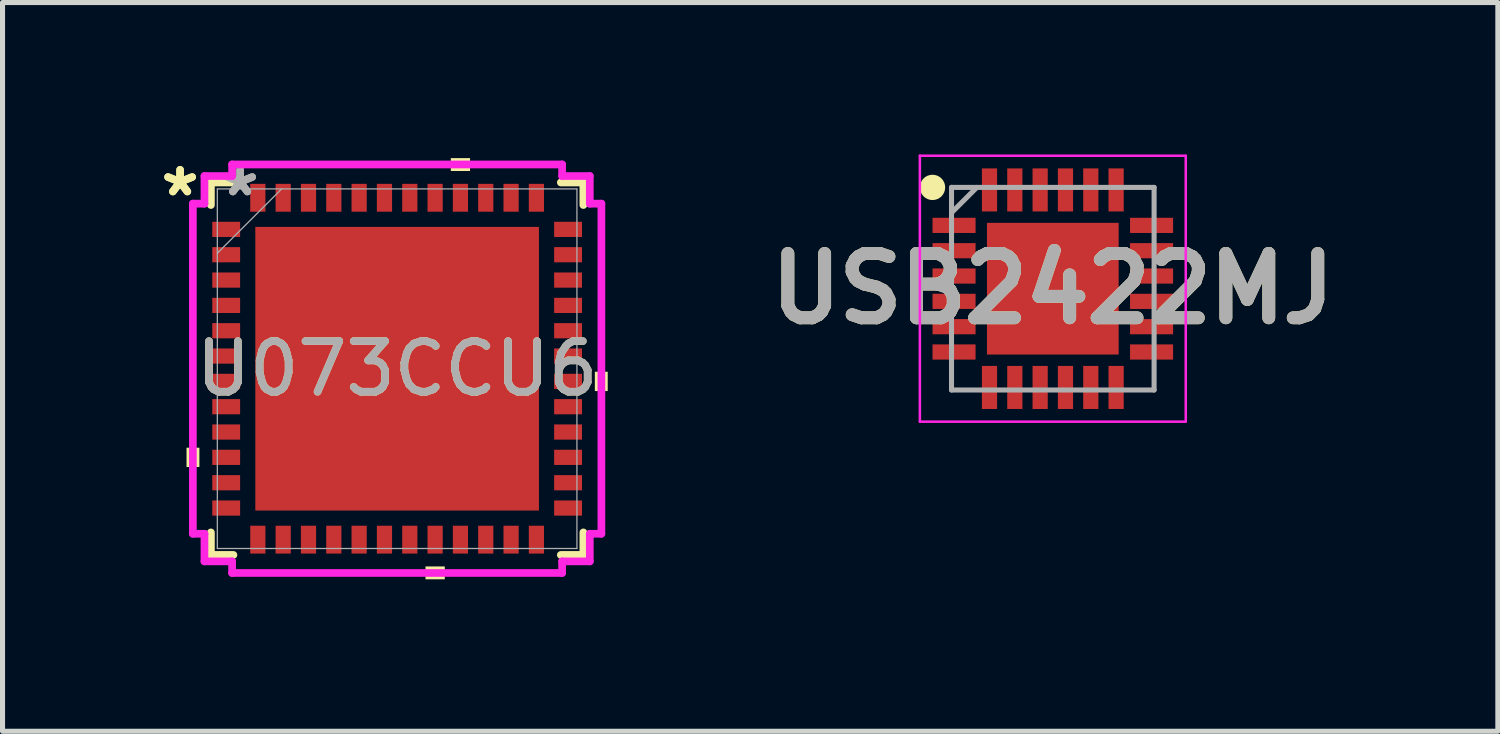
<source format=kicad_pcb>
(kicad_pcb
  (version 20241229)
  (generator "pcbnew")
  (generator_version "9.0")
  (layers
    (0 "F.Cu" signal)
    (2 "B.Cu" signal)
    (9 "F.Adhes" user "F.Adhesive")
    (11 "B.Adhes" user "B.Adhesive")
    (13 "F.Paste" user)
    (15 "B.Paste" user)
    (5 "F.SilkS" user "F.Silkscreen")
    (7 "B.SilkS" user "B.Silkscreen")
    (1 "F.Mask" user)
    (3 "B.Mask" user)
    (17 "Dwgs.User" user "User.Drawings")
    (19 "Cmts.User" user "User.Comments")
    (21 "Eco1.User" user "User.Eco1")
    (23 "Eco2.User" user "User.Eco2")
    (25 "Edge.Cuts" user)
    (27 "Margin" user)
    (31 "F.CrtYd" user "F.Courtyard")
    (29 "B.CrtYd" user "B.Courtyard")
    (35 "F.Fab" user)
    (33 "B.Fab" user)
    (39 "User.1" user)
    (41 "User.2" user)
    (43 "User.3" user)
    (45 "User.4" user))
  (footprint "USB2422MJ"
    (layer "F.Cu")
    (at 17.737 2.65)
    (property "Reference" "USB2422MJ" (at 0 0 0) (layer "F.SilkS") (effects (font (size 1.27 1.27) (thickness 0.254))))
    (attr smd)
    (fp_circle (center -2.375 -2) (end -2.375 -1.875) (stroke (width 0.25) (type solid)) (fill no) (layer "F.SilkS"))
    (fp_line (start -2.625 -2.625) (end 2.625 -2.625) (stroke (width 0.05) (type solid)) (layer "F.CrtYd"))
    (fp_line (start -2.625 2.625) (end -2.625 -2.625) (stroke (width 0.05) (type solid)) (layer "F.CrtYd"))
    (fp_line (start 2.625 -2.625) (end 2.625 2.625) (stroke (width 0.05) (type solid)) (layer "F.CrtYd"))
    (fp_line (start 2.625 2.625) (end -2.625 2.625) (stroke (width 0.05) (type solid)) (layer "F.CrtYd"))
    (fp_line (start -2 -2) (end 2 -2) (stroke (width 0.1) (type solid)) (layer "F.Fab"))
    (fp_line (start -2 -1.5) (end -1.5 -2) (stroke (width 0.1) (type solid)) (layer "F.Fab"))
    (fp_line (start -2 2) (end -2 -2) (stroke (width 0.1) (type solid)) (layer "F.Fab"))
    (fp_line (start 2 -2) (end 2 2) (stroke (width 0.1) (type solid)) (layer "F.Fab"))
    (fp_line (start 2 2) (end -2 2) (stroke (width 0.1) (type solid)) (layer "F.Fab"))
    (fp_text user "${REFERENCE}" (at 0 0 0) (layer "F.Fab") (effects (font (size 1.27 1.27) (thickness 0.254))))
    (pad "1" smd rect (at -1.95 -1.25 90) (size 0.3 0.85) (layers "F.Cu" "F.Mask" "F.Paste"))
    (pad "2" smd rect (at -1.95 -0.75 90) (size 0.3 0.85) (layers "F.Cu" "F.Mask" "F.Paste"))
    (pad "3" smd rect (at -1.95 -0.25 90) (size 0.3 0.85) (layers "F.Cu" "F.Mask" "F.Paste"))
    (pad "4" smd rect (at -1.95 0.25 90) (size 0.3 0.85) (layers "F.Cu" "F.Mask" "F.Paste"))
    (pad "5" smd rect (at -1.95 0.75 90) (size 0.3 0.85) (layers "F.Cu" "F.Mask" "F.Paste"))
    (pad "6" smd rect (at -1.95 1.25 90) (size 0.3 0.85) (layers "F.Cu" "F.Mask" "F.Paste"))
    (pad "7" smd rect (at -1.25 1.95) (size 0.3 0.85) (layers "F.Cu" "F.Mask" "F.Paste"))
    (pad "8" smd rect (at -0.75 1.95) (size 0.3 0.85) (layers "F.Cu" "F.Mask" "F.Paste"))
    (pad "9" smd rect (at -0.25 1.95) (size 0.3 0.85) (layers "F.Cu" "F.Mask" "F.Paste"))
    (pad "10" smd rect (at 0.25 1.95) (size 0.3 0.85) (layers "F.Cu" "F.Mask" "F.Paste"))
    (pad "11" smd rect (at 0.75 1.95) (size 0.3 0.85) (layers "F.Cu" "F.Mask" "F.Paste"))
    (pad "12" smd rect (at 1.25 1.95) (size 0.3 0.85) (layers "F.Cu" "F.Mask" "F.Paste"))
    (pad "13" smd rect (at 1.95 1.25 90) (size 0.3 0.85) (layers "F.Cu" "F.Mask" "F.Paste"))
    (pad "14" smd rect (at 1.95 0.75 90) (size 0.3 0.85) (layers "F.Cu" "F.Mask" "F.Paste"))
    (pad "15" smd rect (at 1.95 0.25 90) (size 0.3 0.85) (layers "F.Cu" "F.Mask" "F.Paste"))
    (pad "16" smd rect (at 1.95 -0.25 90) (size 0.3 0.85) (layers "F.Cu" "F.Mask" "F.Paste"))
    (pad "17" smd rect (at 1.95 -0.75 90) (size 0.3 0.85) (layers "F.Cu" "F.Mask" "F.Paste"))
    (pad "18" smd rect (at 1.95 -1.25 90) (size 0.3 0.85) (layers "F.Cu" "F.Mask" "F.Paste"))
    (pad "19" smd rect (at 1.25 -1.95) (size 0.3 0.85) (layers "F.Cu" "F.Mask" "F.Paste"))
    (pad "20" smd rect (at 0.75 -1.95) (size 0.3 0.85) (layers "F.Cu" "F.Mask" "F.Paste"))
    (pad "21" smd rect (at 0.25 -1.95) (size 0.3 0.85) (layers "F.Cu" "F.Mask" "F.Paste"))
    (pad "22" smd rect (at -0.25 -1.95) (size 0.3 0.85) (layers "F.Cu" "F.Mask" "F.Paste"))
    (pad "23" smd rect (at -0.75 -1.95) (size 0.3 0.85) (layers "F.Cu" "F.Mask" "F.Paste"))
    (pad "24" smd rect (at -1.25 -1.95) (size 0.3 0.85) (layers "F.Cu" "F.Mask" "F.Paste"))
    (pad "25" smd rect (at 0 0) (size 2.6 2.6) (layers "F.Cu" "F.Mask" "F.Paste")))
  (footprint "U073CCU6"
    (layer "F.Cu")
    (at 4.791 4.23)
    (property "Reference" "U073CCU6" (at 0 0 0) (unlocked yes) (layer "F.SilkS") (effects (font (size 1 1) (thickness 0.15))))
    (attr smd)
    (fp_line (start -3.677 -3.677) (end -3.677 -3.232) (stroke (width 0.152) (type solid)) (layer "F.SilkS"))
    (fp_line (start -3.677 3.232) (end -3.677 3.677) (stroke (width 0.152) (type solid)) (layer "F.SilkS"))
    (fp_line (start -3.677 3.677) (end -3.232 3.677) (stroke (width 0.152) (type solid)) (layer "F.SilkS"))
    (fp_line (start -3.232 -3.677) (end -3.677 -3.677) (stroke (width 0.152) (type solid)) (layer "F.SilkS"))
    (fp_line (start 3.232 3.677) (end 3.677 3.677) (stroke (width 0.152) (type solid)) (layer "F.SilkS"))
    (fp_line (start 3.677 -3.677) (end 3.232 -3.677) (stroke (width 0.152) (type solid)) (layer "F.SilkS"))
    (fp_line (start 3.677 -3.232) (end 3.677 -3.677) (stroke (width 0.152) (type solid)) (layer "F.SilkS"))
    (fp_line (start 3.677 3.677) (end 3.677 3.232) (stroke (width 0.152) (type solid)) (layer "F.SilkS"))
    (fp_poly (pts (xy -4.158 1.56) (xy -4.158 1.941) (xy -3.904 1.941) (xy -3.904 1.56)) (stroke (width 0) (type solid)) (fill yes) (layer "F.SilkS"))
    (fp_poly (pts (xy 0.56 3.904) (xy 0.56 4.158) (xy 0.941 4.158) (xy 0.941 3.904)) (stroke (width 0) (type solid)) (fill yes) (layer "F.SilkS"))
    (fp_poly (pts (xy 1.06 -3.904) (xy 1.06 -4.158) (xy 1.44 -4.158) (xy 1.44 -3.904)) (stroke (width 0) (type solid)) (fill yes) (layer "F.SilkS"))
    (fp_poly (pts (xy 4.158 0.06) (xy 4.158 0.441) (xy 3.904 0.441) (xy 3.904 0.06)) (stroke (width 0) (type solid)) (fill yes) (layer "F.SilkS"))
    (fp_poly (pts (xy -2.7 -2.7) (xy -2.7 -1.5) (xy -1.5 -1.5) (xy -1.5 -2.7)) (stroke (width 0) (type solid)) (fill yes) (layer "F.Paste"))
    (fp_poly (pts (xy -2.7 -1.3) (xy -2.7 -0.1) (xy -1.5 -0.1) (xy -1.5 -1.3)) (stroke (width 0) (type solid)) (fill yes) (layer "F.Paste"))
    (fp_poly (pts (xy -2.7 0.1) (xy -2.7 1.3) (xy -1.5 1.3) (xy -1.5 0.1)) (stroke (width 0) (type solid)) (fill yes) (layer "F.Paste"))
    (fp_poly (pts (xy -2.7 1.5) (xy -2.7 2.7) (xy -1.5 2.7) (xy -1.5 1.5)) (stroke (width 0) (type solid)) (fill yes) (layer "F.Paste"))
    (fp_poly (pts (xy -1.3 -2.7) (xy -1.3 -1.5) (xy -0.1 -1.5) (xy -0.1 -2.7)) (stroke (width 0) (type solid)) (fill yes) (layer "F.Paste"))
    (fp_poly (pts (xy -1.3 -1.3) (xy -1.3 -0.1) (xy -0.1 -0.1) (xy -0.1 -1.3)) (stroke (width 0) (type solid)) (fill yes) (layer "F.Paste"))
    (fp_poly (pts (xy -1.3 0.1) (xy -1.3 1.3) (xy -0.1 1.3) (xy -0.1 0.1)) (stroke (width 0) (type solid)) (fill yes) (layer "F.Paste"))
    (fp_poly (pts (xy -1.3 1.5) (xy -1.3 2.7) (xy -0.1 2.7) (xy -0.1 1.5)) (stroke (width 0) (type solid)) (fill yes) (layer "F.Paste"))
    (fp_poly (pts (xy 0.1 -2.7) (xy 0.1 -1.5) (xy 1.3 -1.5) (xy 1.3 -2.7)) (stroke (width 0) (type solid)) (fill yes) (layer "F.Paste"))
    (fp_poly (pts (xy 0.1 -1.3) (xy 0.1 -0.1) (xy 1.3 -0.1) (xy 1.3 -1.3)) (stroke (width 0) (type solid)) (fill yes) (layer "F.Paste"))
    (fp_poly (pts (xy 0.1 0.1) (xy 0.1 1.3) (xy 1.3 1.3) (xy 1.3 0.1)) (stroke (width 0) (type solid)) (fill yes) (layer "F.Paste"))
    (fp_poly (pts (xy 0.1 1.5) (xy 0.1 2.7) (xy 1.3 2.7) (xy 1.3 1.5)) (stroke (width 0) (type solid)) (fill yes) (layer "F.Paste"))
    (fp_poly (pts (xy 1.5 -2.7) (xy 1.5 -1.5) (xy 2.7 -1.5) (xy 2.7 -2.7)) (stroke (width 0) (type solid)) (fill yes) (layer "F.Paste"))
    (fp_poly (pts (xy 1.5 -1.3) (xy 1.5 -0.1) (xy 2.7 -0.1) (xy 2.7 -1.3)) (stroke (width 0) (type solid)) (fill yes) (layer "F.Paste"))
    (fp_poly (pts (xy 1.5 0.1) (xy 1.5 1.3) (xy 2.7 1.3) (xy 2.7 0.1)) (stroke (width 0) (type solid)) (fill yes) (layer "F.Paste"))
    (fp_poly (pts (xy 1.5 1.5) (xy 1.5 2.7) (xy 2.7 2.7) (xy 2.7 1.5)) (stroke (width 0) (type solid)) (fill yes) (layer "F.Paste"))
    (fp_line (start -4.033 -3.259) (end -3.804 -3.259) (stroke (width 0.152) (type solid)) (layer "F.CrtYd"))
    (fp_line (start -4.033 3.259) (end -4.033 -3.259) (stroke (width 0.152) (type solid)) (layer "F.CrtYd"))
    (fp_line (start -3.804 -3.804) (end -3.258 -3.804) (stroke (width 0.152) (type solid)) (layer "F.CrtYd"))
    (fp_line (start -3.804 -3.259) (end -3.804 -3.804) (stroke (width 0.152) (type solid)) (layer "F.CrtYd"))
    (fp_line (start -3.804 3.259) (end -4.033 3.259) (stroke (width 0.152) (type solid)) (layer "F.CrtYd"))
    (fp_line (start -3.804 3.804) (end -3.804 3.259) (stroke (width 0.152) (type solid)) (layer "F.CrtYd"))
    (fp_line (start -3.258 -4.033) (end 3.258 -4.033) (stroke (width 0.152) (type solid)) (layer "F.CrtYd"))
    (fp_line (start -3.258 -3.804) (end -3.258 -4.033) (stroke (width 0.152) (type solid)) (layer "F.CrtYd"))
    (fp_line (start -3.258 3.804) (end -3.804 3.804) (stroke (width 0.152) (type solid)) (layer "F.CrtYd"))
    (fp_line (start -3.258 4.033) (end -3.258 3.804) (stroke (width 0.152) (type solid)) (layer "F.CrtYd"))
    (fp_line (start 3.258 -4.033) (end 3.258 -3.804) (stroke (width 0.152) (type solid)) (layer "F.CrtYd"))
    (fp_line (start 3.258 -3.804) (end 3.804 -3.804) (stroke (width 0.152) (type solid)) (layer "F.CrtYd"))
    (fp_line (start 3.258 3.804) (end 3.258 4.033) (stroke (width 0.152) (type solid)) (layer "F.CrtYd"))
    (fp_line (start 3.258 4.033) (end -3.258 4.033) (stroke (width 0.152) (type solid)) (layer "F.CrtYd"))
    (fp_line (start 3.804 -3.804) (end 3.804 -3.259) (stroke (width 0.152) (type solid)) (layer "F.CrtYd"))
    (fp_line (start 3.804 -3.259) (end 4.033 -3.259) (stroke (width 0.152) (type solid)) (layer "F.CrtYd"))
    (fp_line (start 3.804 3.259) (end 3.804 3.804) (stroke (width 0.152) (type solid)) (layer "F.CrtYd"))
    (fp_line (start 3.804 3.804) (end 3.258 3.804) (stroke (width 0.152) (type solid)) (layer "F.CrtYd"))
    (fp_line (start 4.033 -3.259) (end 4.033 3.259) (stroke (width 0.152) (type solid)) (layer "F.CrtYd"))
    (fp_line (start 4.033 3.259) (end 3.804 3.259) (stroke (width 0.152) (type solid)) (layer "F.CrtYd"))
    (fp_line (start -3.55 -3.55) (end -3.55 3.55) (stroke (width 0.025) (type solid)) (layer "F.Fab"))
    (fp_line (start -3.55 -2.28) (end -2.28 -3.55) (stroke (width 0.025) (type solid)) (layer "F.Fab"))
    (fp_line (start -3.55 3.55) (end 3.55 3.55) (stroke (width 0.025) (type solid)) (layer "F.Fab"))
    (fp_line (start 3.55 -3.55) (end -3.55 -3.55) (stroke (width 0.025) (type solid)) (layer "F.Fab"))
    (fp_line (start 3.55 3.55) (end 3.55 -3.55) (stroke (width 0.025) (type solid)) (layer "F.Fab"))
    (fp_text user "*" (at -4.285 -3.382 0) (unlocked yes) (layer "F.SilkS") (effects (font (size 1 1) (thickness 0.15))))
    (fp_text user "*" (at -4.285 -3.382 0) (layer "F.SilkS") (effects (font (size 1 1) (thickness 0.15))))
    (fp_text user "*" (at -3.1 -3.382 0) (layer "F.Fab") (effects (font (size 1 1) (thickness 0.15))))
    (fp_text user "${REFERENCE}" (at 0 0 0) (unlocked yes) (layer "F.Fab") (effects (font (size 1 1) (thickness 0.15))))
    (fp_text user "*" (at -3.1 -3.382 0) (unlocked yes) (layer "F.Fab") (effects (font (size 1 1) (thickness 0.15))))
    (pad "1" smd rect (at -3.375 -2.751 90) (size 0.3 0.55) (layers "F.Cu" "F.Mask"))
    (pad "2" smd rect (at -3.375 -2.251 90) (size 0.3 0.55) (layers "F.Cu" "F.Mask"))
    (pad "3" smd rect (at -3.375 -1.75 90) (size 0.3 0.55) (layers "F.Cu" "F.Mask"))
    (pad "4" smd rect (at -3.375 -1.25 90) (size 0.3 0.55) (layers "F.Cu" "F.Mask"))
    (pad "5" smd rect (at -3.375 -0.75 90) (size 0.3 0.55) (layers "F.Cu" "F.Mask"))
    (pad "6" smd rect (at -3.375 -0.25 90) (size 0.3 0.55) (layers "F.Cu" "F.Mask"))
    (pad "7" smd rect (at -3.375 0.25 90) (size 0.3 0.55) (layers "F.Cu" "F.Mask"))
    (pad "8" smd rect (at -3.375 0.75 90) (size 0.3 0.55) (layers "F.Cu" "F.Mask"))
    (pad "9" smd rect (at -3.375 1.25 90) (size 0.3 0.55) (layers "F.Cu" "F.Mask"))
    (pad "10" smd rect (at -3.375 1.75 90) (size 0.3 0.55) (layers "F.Cu" "F.Mask"))
    (pad "11" smd rect (at -3.375 2.251 90) (size 0.3 0.55) (layers "F.Cu" "F.Mask"))
    (pad "12" smd rect (at -3.375 2.751 90) (size 0.3 0.55) (layers "F.Cu" "F.Mask"))
    (pad "13" smd rect (at -2.75 3.375) (size 0.3 0.55) (layers "F.Cu" "F.Mask"))
    (pad "14" smd rect (at -2.25 3.375) (size 0.3 0.55) (layers "F.Cu" "F.Mask"))
    (pad "15" smd rect (at -1.75 3.375) (size 0.3 0.55) (layers "F.Cu" "F.Mask"))
    (pad "16" smd rect (at -1.25 3.375) (size 0.3 0.55) (layers "F.Cu" "F.Mask"))
    (pad "17" smd rect (at -0.75 3.375) (size 0.3 0.55) (layers "F.Cu" "F.Mask"))
    (pad "18" smd rect (at -0.25 3.375) (size 0.3 0.55) (layers "F.Cu" "F.Mask"))
    (pad "19" smd rect (at 0.25 3.375) (size 0.3 0.55) (layers "F.Cu" "F.Mask"))
    (pad "20" smd rect (at 0.75 3.375) (size 0.3 0.55) (layers "F.Cu" "F.Mask"))
    (pad "21" smd rect (at 1.25 3.375) (size 0.3 0.55) (layers "F.Cu" "F.Mask"))
    (pad "22" smd rect (at 1.75 3.375) (size 0.3 0.55) (layers "F.Cu" "F.Mask"))
    (pad "23" smd rect (at 2.25 3.375) (size 0.3 0.55) (layers "F.Cu" "F.Mask"))
    (pad "24" smd rect (at 2.75 3.375) (size 0.3 0.55) (layers "F.Cu" "F.Mask"))
    (pad "25" smd rect (at 3.375 2.751 90) (size 0.3 0.55) (layers "F.Cu" "F.Mask"))
    (pad "26" smd rect (at 3.375 2.251 90) (size 0.3 0.55) (layers "F.Cu" "F.Mask"))
    (pad "27" smd rect (at 3.375 1.75 90) (size 0.3 0.55) (layers "F.Cu" "F.Mask"))
    (pad "28" smd rect (at 3.375 1.25 90) (size 0.3 0.55) (layers "F.Cu" "F.Mask"))
    (pad "29" smd rect (at 3.375 0.75 90) (size 0.3 0.55) (layers "F.Cu" "F.Mask"))
    (pad "30" smd rect (at 3.375 0.25 90) (size 0.3 0.55) (layers "F.Cu" "F.Mask"))
    (pad "31" smd rect (at 3.375 -0.25 90) (size 0.3 0.55) (layers "F.Cu" "F.Mask"))
    (pad "32" smd rect (at 3.375 -0.75 90) (size 0.3 0.55) (layers "F.Cu" "F.Mask"))
    (pad "33" smd rect (at 3.375 -1.25 90) (size 0.3 0.55) (layers "F.Cu" "F.Mask"))
    (pad "34" smd rect (at 3.375 -1.75 90) (size 0.3 0.55) (layers "F.Cu" "F.Mask"))
    (pad "35" smd rect (at 3.375 -2.251 90) (size 0.3 0.55) (layers "F.Cu" "F.Mask"))
    (pad "36" smd rect (at 3.375 -2.751 90) (size 0.3 0.55) (layers "F.Cu" "F.Mask"))
    (pad "37" smd rect (at 2.75 -3.375) (size 0.3 0.55) (layers "F.Cu" "F.Mask"))
    (pad "38" smd rect (at 2.25 -3.375) (size 0.3 0.55) (layers "F.Cu" "F.Mask"))
    (pad "39" smd rect (at 1.75 -3.375) (size 0.3 0.55) (layers "F.Cu" "F.Mask"))
    (pad "40" smd rect (at 1.25 -3.375) (size 0.3 0.55) (layers "F.Cu" "F.Mask"))
    (pad "41" smd rect (at 0.75 -3.375) (size 0.3 0.55) (layers "F.Cu" "F.Mask"))
    (pad "42" smd rect (at 0.25 -3.375) (size 0.3 0.55) (layers "F.Cu" "F.Mask"))
    (pad "43" smd rect (at -0.25 -3.375) (size 0.3 0.55) (layers "F.Cu" "F.Mask"))
    (pad "44" smd rect (at -0.75 -3.375) (size 0.3 0.55) (layers "F.Cu" "F.Mask"))
    (pad "45" smd rect (at -1.25 -3.375) (size 0.3 0.55) (layers "F.Cu" "F.Mask"))
    (pad "46" smd rect (at -1.75 -3.375) (size 0.3 0.55) (layers "F.Cu" "F.Mask"))
    (pad "47" smd rect (at -2.25 -3.375) (size 0.3 0.55) (layers "F.Cu" "F.Mask"))
    (pad "48" smd rect (at -2.75 -3.375) (size 0.3 0.55) (layers "F.Cu" "F.Mask"))
    (pad "49" smd rect (at 0 0) (size 5.6 5.6) (layers "F.Cu" "F.Mask")))
  (gr_rect
    (start -3 -3)
    (end 26.524 11.388)
    (stroke (width 0.1) (type default))
    (fill no)
    (layer "Edge.Cuts")))
</source>
